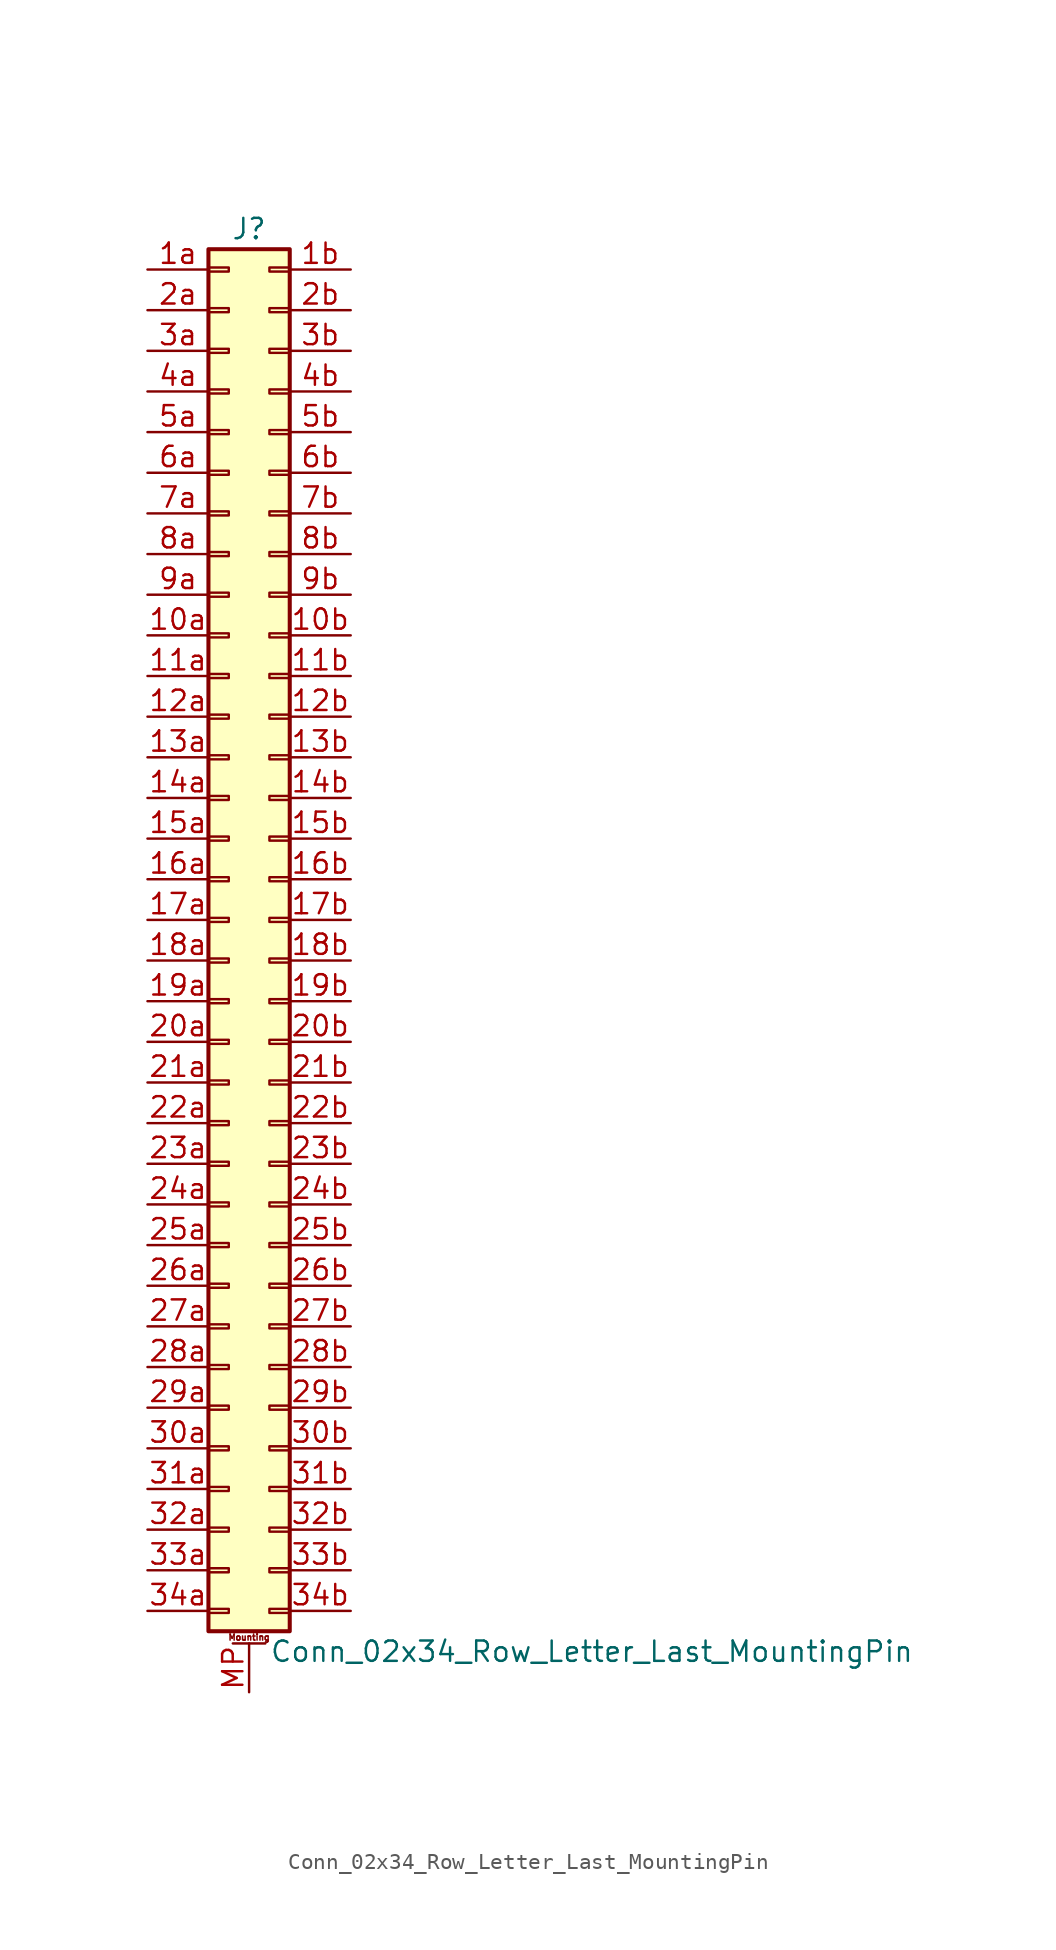
<source format=kicad_sym>
(kicad_symbol_lib
  (version 20220914)
  (generator kicad_symbol_editor)
  (symbol "Conn_02x34_Row_Letter_Last_MountingPin"
    (pin_names
      (offset 1.016) hide)
    (property "Reference" "J"
      (at 1.27 43.18 0)
      (effects (font (size 1.27 1.27))))
    (property "Value" "Conn_02x34_Row_Letter_Last_MountingPin"
      (at 2.54 -45.72 0)
      (effects (font (size 1.27 1.27)) (justify left)))
    (symbol "Conn_02x34_Row_Letter_Last_MountingPin_1_1"
      (rectangle (start -1.27 -43.053) (end 0 -43.307) (stroke (width 0.152) (type default)) (fill (type none)))
      (rectangle (start -1.27 -40.513) (end 0 -40.767) (stroke (width 0.152) (type default)) (fill (type none)))
      (rectangle (start -1.27 -37.973) (end 0 -38.227) (stroke (width 0.152) (type default)) (fill (type none)))
      (rectangle (start -1.27 -35.433) (end 0 -35.687) (stroke (width 0.152) (type default)) (fill (type none)))
      (rectangle (start -1.27 -32.893) (end 0 -33.147) (stroke (width 0.152) (type default)) (fill (type none)))
      (rectangle (start -1.27 -30.353) (end 0 -30.607) (stroke (width 0.152) (type default)) (fill (type none)))
      (rectangle (start -1.27 -27.813) (end 0 -28.067) (stroke (width 0.152) (type default)) (fill (type none)))
      (rectangle (start -1.27 -25.273) (end 0 -25.527) (stroke (width 0.152) (type default)) (fill (type none)))
      (rectangle (start -1.27 -22.733) (end 0 -22.987) (stroke (width 0.152) (type default)) (fill (type none)))
      (rectangle (start -1.27 -20.193) (end 0 -20.447) (stroke (width 0.152) (type default)) (fill (type none)))
      (rectangle (start -1.27 -17.653) (end 0 -17.907) (stroke (width 0.152) (type default)) (fill (type none)))
      (rectangle (start -1.27 -15.113) (end 0 -15.367) (stroke (width 0.152) (type default)) (fill (type none)))
      (rectangle (start -1.27 -12.573) (end 0 -12.827) (stroke (width 0.152) (type default)) (fill (type none)))
      (rectangle (start -1.27 -10.033) (end 0 -10.287) (stroke (width 0.152) (type default)) (fill (type none)))
      (rectangle (start -1.27 -7.493) (end 0 -7.747) (stroke (width 0.152) (type default)) (fill (type none)))
      (rectangle (start -1.27 -4.953) (end 0 -5.207) (stroke (width 0.152) (type default)) (fill (type none)))
      (rectangle (start -1.27 -2.413) (end 0 -2.667) (stroke (width 0.152) (type default)) (fill (type none)))
      (rectangle (start -1.27 0.127) (end 0 -0.127) (stroke (width 0.152) (type default)) (fill (type none)))
      (rectangle (start -1.27 2.667) (end 0 2.413) (stroke (width 0.152) (type default)) (fill (type none)))
      (rectangle (start -1.27 5.207) (end 0 4.953) (stroke (width 0.152) (type default)) (fill (type none)))
      (rectangle (start -1.27 7.747) (end 0 7.493) (stroke (width 0.152) (type default)) (fill (type none)))
      (rectangle (start -1.27 10.287) (end 0 10.033) (stroke (width 0.152) (type default)) (fill (type none)))
      (rectangle (start -1.27 12.827) (end 0 12.573) (stroke (width 0.152) (type default)) (fill (type none)))
      (rectangle (start -1.27 15.367) (end 0 15.113) (stroke (width 0.152) (type default)) (fill (type none)))
      (rectangle (start -1.27 17.907) (end 0 17.653) (stroke (width 0.152) (type default)) (fill (type none)))
      (rectangle (start -1.27 20.447) (end 0 20.193) (stroke (width 0.152) (type default)) (fill (type none)))
      (rectangle (start -1.27 22.987) (end 0 22.733) (stroke (width 0.152) (type default)) (fill (type none)))
      (rectangle (start -1.27 25.527) (end 0 25.273) (stroke (width 0.152) (type default)) (fill (type none)))
      (rectangle (start -1.27 28.067) (end 0 27.813) (stroke (width 0.152) (type default)) (fill (type none)))
      (rectangle (start -1.27 30.607) (end 0 30.353) (stroke (width 0.152) (type default)) (fill (type none)))
      (rectangle (start -1.27 33.147) (end 0 32.893) (stroke (width 0.152) (type default)) (fill (type none)))
      (rectangle (start -1.27 35.687) (end 0 35.433) (stroke (width 0.152) (type default)) (fill (type none)))
      (rectangle (start -1.27 38.227) (end 0 37.973) (stroke (width 0.152) (type default)) (fill (type none)))
      (rectangle (start -1.27 40.767) (end 0 40.513) (stroke (width 0.152) (type default)) (fill (type none)))
      (rectangle (start -1.27 41.91) (end 3.81 -44.45) (stroke (width 0.254) (type default)) (fill (type background)))
      (polyline (pts (xy 0.254 -45.212) (xy 2.286 -45.212)) (stroke (width 0.152) (type default)) (fill (type none)))
      (rectangle (start 3.81 -43.053) (end 2.54 -43.307) (stroke (width 0.152) (type default)) (fill (type none)))
      (rectangle (start 3.81 -40.513) (end 2.54 -40.767) (stroke (width 0.152) (type default)) (fill (type none)))
      (rectangle (start 3.81 -37.973) (end 2.54 -38.227) (stroke (width 0.152) (type default)) (fill (type none)))
      (rectangle (start 3.81 -35.433) (end 2.54 -35.687) (stroke (width 0.152) (type default)) (fill (type none)))
      (rectangle (start 3.81 -32.893) (end 2.54 -33.147) (stroke (width 0.152) (type default)) (fill (type none)))
      (rectangle (start 3.81 -30.353) (end 2.54 -30.607) (stroke (width 0.152) (type default)) (fill (type none)))
      (rectangle (start 3.81 -27.813) (end 2.54 -28.067) (stroke (width 0.152) (type default)) (fill (type none)))
      (rectangle (start 3.81 -25.273) (end 2.54 -25.527) (stroke (width 0.152) (type default)) (fill (type none)))
      (rectangle (start 3.81 -22.733) (end 2.54 -22.987) (stroke (width 0.152) (type default)) (fill (type none)))
      (rectangle (start 3.81 -20.193) (end 2.54 -20.447) (stroke (width 0.152) (type default)) (fill (type none)))
      (rectangle (start 3.81 -17.653) (end 2.54 -17.907) (stroke (width 0.152) (type default)) (fill (type none)))
      (rectangle (start 3.81 -15.113) (end 2.54 -15.367) (stroke (width 0.152) (type default)) (fill (type none)))
      (rectangle (start 3.81 -12.573) (end 2.54 -12.827) (stroke (width 0.152) (type default)) (fill (type none)))
      (rectangle (start 3.81 -10.033) (end 2.54 -10.287) (stroke (width 0.152) (type default)) (fill (type none)))
      (rectangle (start 3.81 -7.493) (end 2.54 -7.747) (stroke (width 0.152) (type default)) (fill (type none)))
      (rectangle (start 3.81 -4.953) (end 2.54 -5.207) (stroke (width 0.152) (type default)) (fill (type none)))
      (rectangle (start 3.81 -2.413) (end 2.54 -2.667) (stroke (width 0.152) (type default)) (fill (type none)))
      (rectangle (start 3.81 0.127) (end 2.54 -0.127) (stroke (width 0.152) (type default)) (fill (type none)))
      (rectangle (start 3.81 2.667) (end 2.54 2.413) (stroke (width 0.152) (type default)) (fill (type none)))
      (rectangle (start 3.81 5.207) (end 2.54 4.953) (stroke (width 0.152) (type default)) (fill (type none)))
      (rectangle (start 3.81 7.747) (end 2.54 7.493) (stroke (width 0.152) (type default)) (fill (type none)))
      (rectangle (start 3.81 10.287) (end 2.54 10.033) (stroke (width 0.152) (type default)) (fill (type none)))
      (rectangle (start 3.81 12.827) (end 2.54 12.573) (stroke (width 0.152) (type default)) (fill (type none)))
      (rectangle (start 3.81 15.367) (end 2.54 15.113) (stroke (width 0.152) (type default)) (fill (type none)))
      (rectangle (start 3.81 17.907) (end 2.54 17.653) (stroke (width 0.152) (type default)) (fill (type none)))
      (rectangle (start 3.81 20.447) (end 2.54 20.193) (stroke (width 0.152) (type default)) (fill (type none)))
      (rectangle (start 3.81 22.987) (end 2.54 22.733) (stroke (width 0.152) (type default)) (fill (type none)))
      (rectangle (start 3.81 25.527) (end 2.54 25.273) (stroke (width 0.152) (type default)) (fill (type none)))
      (rectangle (start 3.81 28.067) (end 2.54 27.813) (stroke (width 0.152) (type default)) (fill (type none)))
      (rectangle (start 3.81 30.607) (end 2.54 30.353) (stroke (width 0.152) (type default)) (fill (type none)))
      (rectangle (start 3.81 33.147) (end 2.54 32.893) (stroke (width 0.152) (type default)) (fill (type none)))
      (rectangle (start 3.81 35.687) (end 2.54 35.433) (stroke (width 0.152) (type default)) (fill (type none)))
      (rectangle (start 3.81 38.227) (end 2.54 37.973) (stroke (width 0.152) (type default)) (fill (type none)))
      (rectangle (start 3.81 40.767) (end 2.54 40.513) (stroke (width 0.152) (type default)) (fill (type none)))
      (text "Mounting" (at 1.27 -44.831 0) (effects (font (size 0.381 0.381))))
      (pin passive line (at -5.08 17.78 0) (length 3.81) (name "Pin_10a" (effects (font (size 1.27 1.27)))) (number "10a" (effects (font (size 1.27 1.27)))))
      (pin passive line (at 7.62 17.78 180) (length 3.81) (name "Pin_10b" (effects (font (size 1.27 1.27)))) (number "10b" (effects (font (size 1.27 1.27)))))
      (pin passive line (at -5.08 15.24 0) (length 3.81) (name "Pin_11a" (effects (font (size 1.27 1.27)))) (number "11a" (effects (font (size 1.27 1.27)))))
      (pin passive line (at 7.62 15.24 180) (length 3.81) (name "Pin_11b" (effects (font (size 1.27 1.27)))) (number "11b" (effects (font (size 1.27 1.27)))))
      (pin passive line (at -5.08 12.7 0) (length 3.81) (name "Pin_12a" (effects (font (size 1.27 1.27)))) (number "12a" (effects (font (size 1.27 1.27)))))
      (pin passive line (at 7.62 12.7 180) (length 3.81) (name "Pin_12b" (effects (font (size 1.27 1.27)))) (number "12b" (effects (font (size 1.27 1.27)))))
      (pin passive line (at -5.08 10.16 0) (length 3.81) (name "Pin_13a" (effects (font (size 1.27 1.27)))) (number "13a" (effects (font (size 1.27 1.27)))))
      (pin passive line (at 7.62 10.16 180) (length 3.81) (name "Pin_13b" (effects (font (size 1.27 1.27)))) (number "13b" (effects (font (size 1.27 1.27)))))
      (pin passive line (at -5.08 7.62 0) (length 3.81) (name "Pin_14a" (effects (font (size 1.27 1.27)))) (number "14a" (effects (font (size 1.27 1.27)))))
      (pin passive line (at 7.62 7.62 180) (length 3.81) (name "Pin_14b" (effects (font (size 1.27 1.27)))) (number "14b" (effects (font (size 1.27 1.27)))))
      (pin passive line (at -5.08 5.08 0) (length 3.81) (name "Pin_15a" (effects (font (size 1.27 1.27)))) (number "15a" (effects (font (size 1.27 1.27)))))
      (pin passive line (at 7.62 5.08 180) (length 3.81) (name "Pin_15b" (effects (font (size 1.27 1.27)))) (number "15b" (effects (font (size 1.27 1.27)))))
      (pin passive line (at -5.08 2.54 0) (length 3.81) (name "Pin_16a" (effects (font (size 1.27 1.27)))) (number "16a" (effects (font (size 1.27 1.27)))))
      (pin passive line (at 7.62 2.54 180) (length 3.81) (name "Pin_16b" (effects (font (size 1.27 1.27)))) (number "16b" (effects (font (size 1.27 1.27)))))
      (pin passive line (at -5.08 0 0) (length 3.81) (name "Pin_17a" (effects (font (size 1.27 1.27)))) (number "17a" (effects (font (size 1.27 1.27)))))
      (pin passive line (at 7.62 0 180) (length 3.81) (name "Pin_17b" (effects (font (size 1.27 1.27)))) (number "17b" (effects (font (size 1.27 1.27)))))
      (pin passive line (at -5.08 -2.54 0) (length 3.81) (name "Pin_18a" (effects (font (size 1.27 1.27)))) (number "18a" (effects (font (size 1.27 1.27)))))
      (pin passive line (at 7.62 -2.54 180) (length 3.81) (name "Pin_18b" (effects (font (size 1.27 1.27)))) (number "18b" (effects (font (size 1.27 1.27)))))
      (pin passive line (at -5.08 -5.08 0) (length 3.81) (name "Pin_19a" (effects (font (size 1.27 1.27)))) (number "19a" (effects (font (size 1.27 1.27)))))
      (pin passive line (at 7.62 -5.08 180) (length 3.81) (name "Pin_19b" (effects (font (size 1.27 1.27)))) (number "19b" (effects (font (size 1.27 1.27)))))
      (pin passive line (at -5.08 40.64 0) (length 3.81) (name "Pin_1a" (effects (font (size 1.27 1.27)))) (number "1a" (effects (font (size 1.27 1.27)))))
      (pin passive line (at 7.62 40.64 180) (length 3.81) (name "Pin_1b" (effects (font (size 1.27 1.27)))) (number "1b" (effects (font (size 1.27 1.27)))))
      (pin passive line (at -5.08 -7.62 0) (length 3.81) (name "Pin_20a" (effects (font (size 1.27 1.27)))) (number "20a" (effects (font (size 1.27 1.27)))))
      (pin passive line (at 7.62 -7.62 180) (length 3.81) (name "Pin_20b" (effects (font (size 1.27 1.27)))) (number "20b" (effects (font (size 1.27 1.27)))))
      (pin passive line (at -5.08 -10.16 0) (length 3.81) (name "Pin_21a" (effects (font (size 1.27 1.27)))) (number "21a" (effects (font (size 1.27 1.27)))))
      (pin passive line (at 7.62 -10.16 180) (length 3.81) (name "Pin_21b" (effects (font (size 1.27 1.27)))) (number "21b" (effects (font (size 1.27 1.27)))))
      (pin passive line (at -5.08 -12.7 0) (length 3.81) (name "Pin_22a" (effects (font (size 1.27 1.27)))) (number "22a" (effects (font (size 1.27 1.27)))))
      (pin passive line (at 7.62 -12.7 180) (length 3.81) (name "Pin_22b" (effects (font (size 1.27 1.27)))) (number "22b" (effects (font (size 1.27 1.27)))))
      (pin passive line (at -5.08 -15.24 0) (length 3.81) (name "Pin_23a" (effects (font (size 1.27 1.27)))) (number "23a" (effects (font (size 1.27 1.27)))))
      (pin passive line (at 7.62 -15.24 180) (length 3.81) (name "Pin_23b" (effects (font (size 1.27 1.27)))) (number "23b" (effects (font (size 1.27 1.27)))))
      (pin passive line (at -5.08 -17.78 0) (length 3.81) (name "Pin_24a" (effects (font (size 1.27 1.27)))) (number "24a" (effects (font (size 1.27 1.27)))))
      (pin passive line (at 7.62 -17.78 180) (length 3.81) (name "Pin_24b" (effects (font (size 1.27 1.27)))) (number "24b" (effects (font (size 1.27 1.27)))))
      (pin passive line (at -5.08 -20.32 0) (length 3.81) (name "Pin_25a" (effects (font (size 1.27 1.27)))) (number "25a" (effects (font (size 1.27 1.27)))))
      (pin passive line (at 7.62 -20.32 180) (length 3.81) (name "Pin_25b" (effects (font (size 1.27 1.27)))) (number "25b" (effects (font (size 1.27 1.27)))))
      (pin passive line (at -5.08 -22.86 0) (length 3.81) (name "Pin_26a" (effects (font (size 1.27 1.27)))) (number "26a" (effects (font (size 1.27 1.27)))))
      (pin passive line (at 7.62 -22.86 180) (length 3.81) (name "Pin_26b" (effects (font (size 1.27 1.27)))) (number "26b" (effects (font (size 1.27 1.27)))))
      (pin passive line (at -5.08 -25.4 0) (length 3.81) (name "Pin_27a" (effects (font (size 1.27 1.27)))) (number "27a" (effects (font (size 1.27 1.27)))))
      (pin passive line (at 7.62 -25.4 180) (length 3.81) (name "Pin_27b" (effects (font (size 1.27 1.27)))) (number "27b" (effects (font (size 1.27 1.27)))))
      (pin passive line (at -5.08 -27.94 0) (length 3.81) (name "Pin_28a" (effects (font (size 1.27 1.27)))) (number "28a" (effects (font (size 1.27 1.27)))))
      (pin passive line (at 7.62 -27.94 180) (length 3.81) (name "Pin_28b" (effects (font (size 1.27 1.27)))) (number "28b" (effects (font (size 1.27 1.27)))))
      (pin passive line (at -5.08 -30.48 0) (length 3.81) (name "Pin_29a" (effects (font (size 1.27 1.27)))) (number "29a" (effects (font (size 1.27 1.27)))))
      (pin passive line (at 7.62 -30.48 180) (length 3.81) (name "Pin_29b" (effects (font (size 1.27 1.27)))) (number "29b" (effects (font (size 1.27 1.27)))))
      (pin passive line (at -5.08 38.1 0) (length 3.81) (name "Pin_2a" (effects (font (size 1.27 1.27)))) (number "2a" (effects (font (size 1.27 1.27)))))
      (pin passive line (at 7.62 38.1 180) (length 3.81) (name "Pin_2b" (effects (font (size 1.27 1.27)))) (number "2b" (effects (font (size 1.27 1.27)))))
      (pin passive line (at -5.08 -33.02 0) (length 3.81) (name "Pin_30a" (effects (font (size 1.27 1.27)))) (number "30a" (effects (font (size 1.27 1.27)))))
      (pin passive line (at 7.62 -33.02 180) (length 3.81) (name "Pin_30b" (effects (font (size 1.27 1.27)))) (number "30b" (effects (font (size 1.27 1.27)))))
      (pin passive line (at -5.08 -35.56 0) (length 3.81) (name "Pin_31a" (effects (font (size 1.27 1.27)))) (number "31a" (effects (font (size 1.27 1.27)))))
      (pin passive line (at 7.62 -35.56 180) (length 3.81) (name "Pin_31b" (effects (font (size 1.27 1.27)))) (number "31b" (effects (font (size 1.27 1.27)))))
      (pin passive line (at -5.08 -38.1 0) (length 3.81) (name "Pin_32a" (effects (font (size 1.27 1.27)))) (number "32a" (effects (font (size 1.27 1.27)))))
      (pin passive line (at 7.62 -38.1 180) (length 3.81) (name "Pin_32b" (effects (font (size 1.27 1.27)))) (number "32b" (effects (font (size 1.27 1.27)))))
      (pin passive line (at -5.08 -40.64 0) (length 3.81) (name "Pin_33a" (effects (font (size 1.27 1.27)))) (number "33a" (effects (font (size 1.27 1.27)))))
      (pin passive line (at 7.62 -40.64 180) (length 3.81) (name "Pin_33b" (effects (font (size 1.27 1.27)))) (number "33b" (effects (font (size 1.27 1.27)))))
      (pin passive line (at -5.08 -43.18 0) (length 3.81) (name "Pin_34a" (effects (font (size 1.27 1.27)))) (number "34a" (effects (font (size 1.27 1.27)))))
      (pin passive line (at 7.62 -43.18 180) (length 3.81) (name "Pin_34b" (effects (font (size 1.27 1.27)))) (number "34b" (effects (font (size 1.27 1.27)))))
      (pin passive line (at -5.08 35.56 0) (length 3.81) (name "Pin_3a" (effects (font (size 1.27 1.27)))) (number "3a" (effects (font (size 1.27 1.27)))))
      (pin passive line (at 7.62 35.56 180) (length 3.81) (name "Pin_3b" (effects (font (size 1.27 1.27)))) (number "3b" (effects (font (size 1.27 1.27)))))
      (pin passive line (at -5.08 33.02 0) (length 3.81) (name "Pin_4a" (effects (font (size 1.27 1.27)))) (number "4a" (effects (font (size 1.27 1.27)))))
      (pin passive line (at 7.62 33.02 180) (length 3.81) (name "Pin_4b" (effects (font (size 1.27 1.27)))) (number "4b" (effects (font (size 1.27 1.27)))))
      (pin passive line (at -5.08 30.48 0) (length 3.81) (name "Pin_5a" (effects (font (size 1.27 1.27)))) (number "5a" (effects (font (size 1.27 1.27)))))
      (pin passive line (at 7.62 30.48 180) (length 3.81) (name "Pin_5b" (effects (font (size 1.27 1.27)))) (number "5b" (effects (font (size 1.27 1.27)))))
      (pin passive line (at -5.08 27.94 0) (length 3.81) (name "Pin_6a" (effects (font (size 1.27 1.27)))) (number "6a" (effects (font (size 1.27 1.27)))))
      (pin passive line (at 7.62 27.94 180) (length 3.81) (name "Pin_6b" (effects (font (size 1.27 1.27)))) (number "6b" (effects (font (size 1.27 1.27)))))
      (pin passive line (at -5.08 25.4 0) (length 3.81) (name "Pin_7a" (effects (font (size 1.27 1.27)))) (number "7a" (effects (font (size 1.27 1.27)))))
      (pin passive line (at 7.62 25.4 180) (length 3.81) (name "Pin_7b" (effects (font (size 1.27 1.27)))) (number "7b" (effects (font (size 1.27 1.27)))))
      (pin passive line (at -5.08 22.86 0) (length 3.81) (name "Pin_8a" (effects (font (size 1.27 1.27)))) (number "8a" (effects (font (size 1.27 1.27)))))
      (pin passive line (at 7.62 22.86 180) (length 3.81) (name "Pin_8b" (effects (font (size 1.27 1.27)))) (number "8b" (effects (font (size 1.27 1.27)))))
      (pin passive line (at -5.08 20.32 0) (length 3.81) (name "Pin_9a" (effects (font (size 1.27 1.27)))) (number "9a" (effects (font (size 1.27 1.27)))))
      (pin passive line (at 7.62 20.32 180) (length 3.81) (name "Pin_9b" (effects (font (size 1.27 1.27)))) (number "9b" (effects (font (size 1.27 1.27)))))
      (pin passive line (at 1.27 -48.26 90) (length 3.048) (name "MountPin" (effects (font (size 1.27 1.27)))) (number "MP" (effects (font (size 1.27 1.27))))))))
</source>
